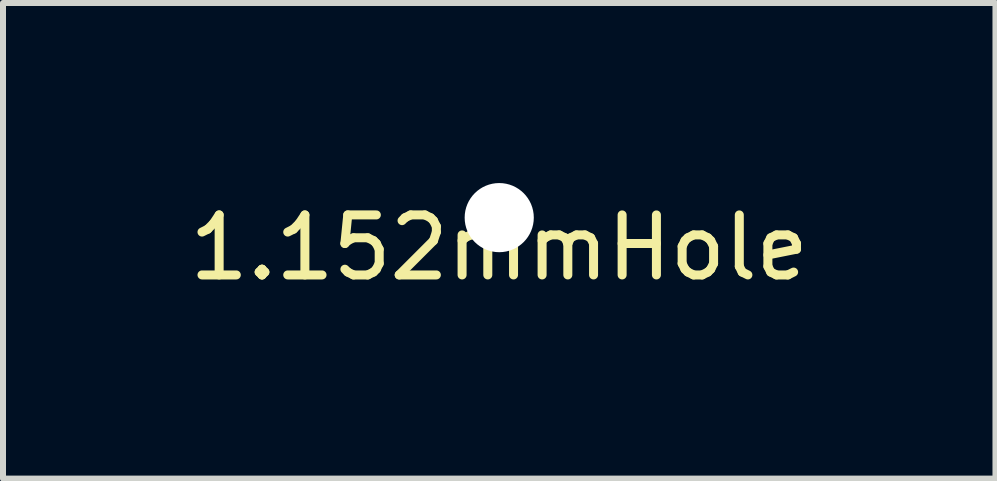
<source format=kicad_pcb>
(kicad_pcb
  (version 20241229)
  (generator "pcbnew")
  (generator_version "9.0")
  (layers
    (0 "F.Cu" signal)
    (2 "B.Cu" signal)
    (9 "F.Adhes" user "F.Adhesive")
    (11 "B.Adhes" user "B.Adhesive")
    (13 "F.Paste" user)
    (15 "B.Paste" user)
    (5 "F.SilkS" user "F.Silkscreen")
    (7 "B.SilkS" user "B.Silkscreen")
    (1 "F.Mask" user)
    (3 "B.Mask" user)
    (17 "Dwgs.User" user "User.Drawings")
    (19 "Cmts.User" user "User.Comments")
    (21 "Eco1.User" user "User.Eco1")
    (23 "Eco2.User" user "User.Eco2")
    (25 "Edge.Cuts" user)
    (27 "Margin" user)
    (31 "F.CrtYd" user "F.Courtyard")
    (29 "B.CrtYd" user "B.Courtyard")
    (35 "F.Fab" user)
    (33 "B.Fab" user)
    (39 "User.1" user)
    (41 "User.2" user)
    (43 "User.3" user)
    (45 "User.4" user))
  (footprint "1.152mmHole"
    (layer "F.Cu")
    (at 5.268 0.576)
    (property "Reference" "1.152mmHole" (at 0 0.5 0) (layer "F.SilkS") (effects (font (size 1 1) (thickness 0.15))))
    (attr through_hole)
    (pad "" np_thru_hole circle (at 0 0) (size 1.152 1.152) (drill 1.152) (layers "*.Cu" "*.Mask")))
  (gr_rect
    (start -3 -3)
    (end 13.536 4.924)
    (stroke (width 0.1) (type default))
    (fill no)
    (layer "Edge.Cuts")))
</source>
